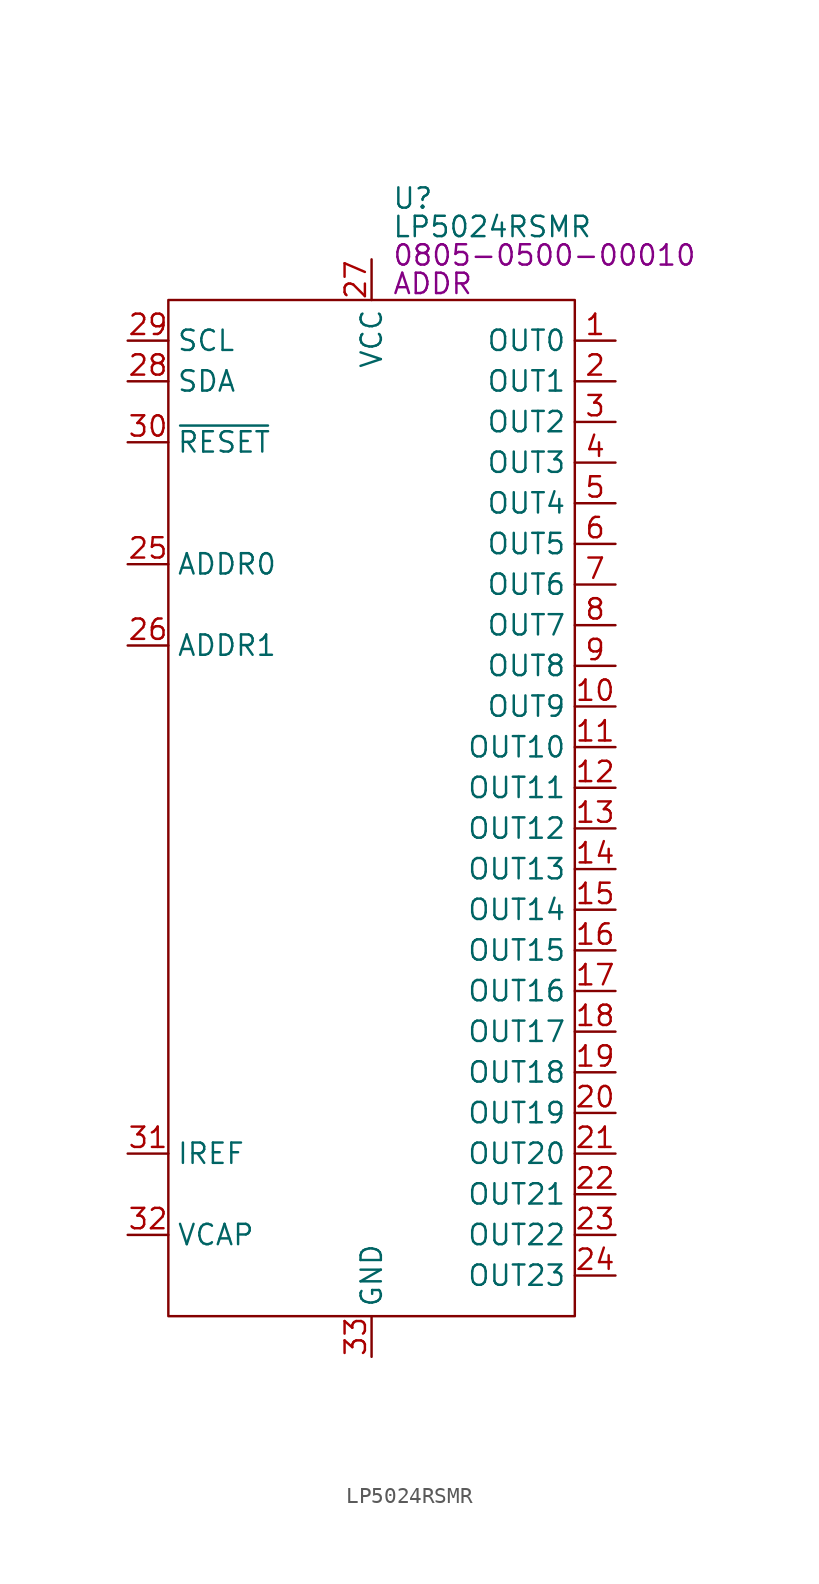
<source format=kicad_sym>
(kicad_symbol_lib
  (version 20231120)
  (generator "kicad_symbol_editor")
  (generator_version "8.0")
  (symbol "LP5024RSMR"
    (property "Reference" "U"
      (at 13.97 6.35 0)
      (effects (font (size 1.27 1.27)) (justify left)))
    (property "Value" "LP5024RSMR"
      (at 13.97 4.572 0)
      (effects (font (size 1.27 1.27)) (justify left)))
    (property "PartNumber" "0805-0500-00010"
      (at 13.97 2.794 0)
      (effects (font (size 1.27 1.27)) (justify left)))
    (property "Address" "ADDR"
      (at 13.97 1.016 0)
      (effects (font (size 1.27 1.27)) (justify left)))
    (symbol "LP5024RSMR_0_0"
      (pin output line (at 27.94 -2.54 180) (length 2.54) (name "OUT0" (effects (font (size 1.27 1.27)))) (number "1" (effects (font (size 1.27 1.27)))))
      (pin output line (at 27.94 -25.4 180) (length 2.54) (name "OUT9" (effects (font (size 1.27 1.27)))) (number "10" (effects (font (size 1.27 1.27)))))
      (pin output line (at 27.94 -27.94 180) (length 2.54) (name "OUT10" (effects (font (size 1.27 1.27)))) (number "11" (effects (font (size 1.27 1.27)))))
      (pin output line (at 27.94 -30.48 180) (length 2.54) (name "OUT11" (effects (font (size 1.27 1.27)))) (number "12" (effects (font (size 1.27 1.27)))))
      (pin output line (at 27.94 -33.02 180) (length 2.54) (name "OUT12" (effects (font (size 1.27 1.27)))) (number "13" (effects (font (size 1.27 1.27)))))
      (pin output line (at 27.94 -35.56 180) (length 2.54) (name "OUT13" (effects (font (size 1.27 1.27)))) (number "14" (effects (font (size 1.27 1.27)))))
      (pin output line (at 27.94 -38.1 180) (length 2.54) (name "OUT14" (effects (font (size 1.27 1.27)))) (number "15" (effects (font (size 1.27 1.27)))))
      (pin output line (at 27.94 -40.64 180) (length 2.54) (name "OUT15" (effects (font (size 1.27 1.27)))) (number "16" (effects (font (size 1.27 1.27)))))
      (pin output line (at 27.94 -43.18 180) (length 2.54) (name "OUT16" (effects (font (size 1.27 1.27)))) (number "17" (effects (font (size 1.27 1.27)))))
      (pin output line (at 27.94 -45.72 180) (length 2.54) (name "OUT17" (effects (font (size 1.27 1.27)))) (number "18" (effects (font (size 1.27 1.27)))))
      (pin output line (at 27.94 -48.26 180) (length 2.54) (name "OUT18" (effects (font (size 1.27 1.27)))) (number "19" (effects (font (size 1.27 1.27)))))
      (pin output line (at 27.94 -5.08 180) (length 2.54) (name "OUT1" (effects (font (size 1.27 1.27)))) (number "2" (effects (font (size 1.27 1.27)))))
      (pin output line (at 27.94 -50.8 180) (length 2.54) (name "OUT19" (effects (font (size 1.27 1.27)))) (number "20" (effects (font (size 1.27 1.27)))))
      (pin output line (at 27.94 -53.34 180) (length 2.54) (name "OUT20" (effects (font (size 1.27 1.27)))) (number "21" (effects (font (size 1.27 1.27)))))
      (pin output line (at 27.94 -55.88 180) (length 2.54) (name "OUT21" (effects (font (size 1.27 1.27)))) (number "22" (effects (font (size 1.27 1.27)))))
      (pin output line (at 27.94 -58.42 180) (length 2.54) (name "OUT22" (effects (font (size 1.27 1.27)))) (number "23" (effects (font (size 1.27 1.27)))))
      (pin output line (at 27.94 -60.96 180) (length 2.54) (name "OUT23" (effects (font (size 1.27 1.27)))) (number "24" (effects (font (size 1.27 1.27)))))
      (pin input line (at -2.54 -16.51 0) (length 2.54) (name "ADDR0" (effects (font (size 1.27 1.27)))) (number "25" (effects (font (size 1.27 1.27)))))
      (pin input line (at -2.54 -21.59 0) (length 2.54) (name "ADDR1" (effects (font (size 1.27 1.27)))) (number "26" (effects (font (size 1.27 1.27)))))
      (pin power_in line (at 12.7 2.54 270) (length 2.54) (name "VCC" (effects (font (size 1.27 1.27)))) (number "27" (effects (font (size 1.27 1.27)))))
      (pin bidirectional line (at -2.54 -5.08 0) (length 2.54) (name "SDA" (effects (font (size 1.27 1.27)))) (number "28" (effects (font (size 1.27 1.27)))))
      (pin input line (at -2.54 -2.54 0) (length 2.54) (name "SCL" (effects (font (size 1.27 1.27)))) (number "29" (effects (font (size 1.27 1.27)))))
      (pin output line (at 27.94 -7.62 180) (length 2.54) (name "OUT2" (effects (font (size 1.27 1.27)))) (number "3" (effects (font (size 1.27 1.27)))))
      (pin input line (at -2.54 -53.34 0) (length 2.54) (name "IREF" (effects (font (size 1.27 1.27)))) (number "31" (effects (font (size 1.27 1.27)))))
      (pin input line (at -2.54 -58.42 0) (length 2.54) (name "VCAP" (effects (font (size 1.27 1.27)))) (number "32" (effects (font (size 1.27 1.27)))))
      (pin power_in line (at 12.7 -66.04 90) (length 2.54) (name "GND" (effects (font (size 1.27 1.27)))) (number "33" (effects (font (size 1.27 1.27)))))
      (pin output line (at 27.94 -10.16 180) (length 2.54) (name "OUT3" (effects (font (size 1.27 1.27)))) (number "4" (effects (font (size 1.27 1.27)))))
      (pin output line (at 27.94 -12.7 180) (length 2.54) (name "OUT4" (effects (font (size 1.27 1.27)))) (number "5" (effects (font (size 1.27 1.27)))))
      (pin output line (at 27.94 -15.24 180) (length 2.54) (name "OUT5" (effects (font (size 1.27 1.27)))) (number "6" (effects (font (size 1.27 1.27)))))
      (pin output line (at 27.94 -17.78 180) (length 2.54) (name "OUT6" (effects (font (size 1.27 1.27)))) (number "7" (effects (font (size 1.27 1.27)))))
      (pin output line (at 27.94 -20.32 180) (length 2.54) (name "OUT7" (effects (font (size 1.27 1.27)))) (number "8" (effects (font (size 1.27 1.27)))))
      (pin output line (at 27.94 -22.86 180) (length 2.54) (name "OUT8" (effects (font (size 1.27 1.27)))) (number "9" (effects (font (size 1.27 1.27))))))
    (symbol "LP5024RSMR_0_1"
      (rectangle (start 0 0) (end 25.4 -63.5) (stroke (width 0) (type default)) (fill (type none))))
    (symbol "LP5024RSMR_1_0"
      (pin input line (at -2.54 -8.89 0) (length 2.54) (name "~{RESET}" (effects (font (size 1.27 1.27)))) (number "30" (effects (font (size 1.27 1.27))))))))
</source>
